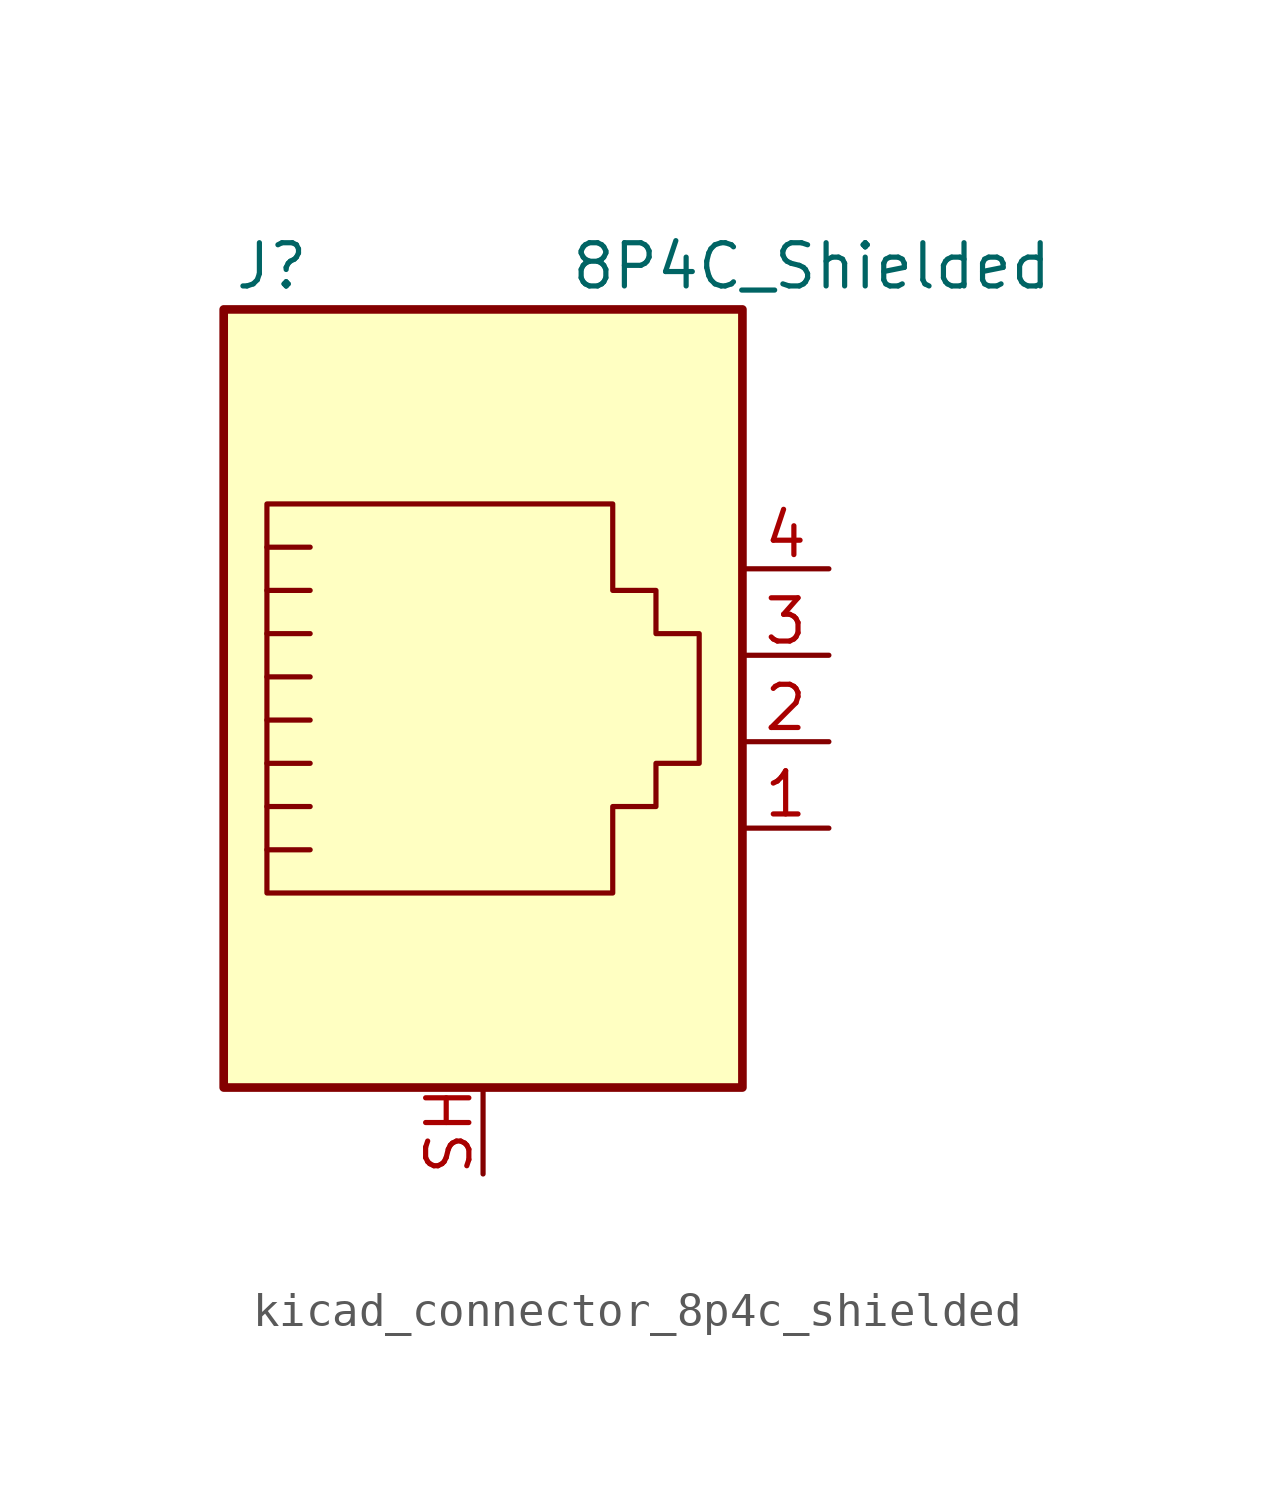
<source format=kicad_sym>
(kicad_symbol_lib
  (version 20220914)
  (generator kicad_symbol_editor)
  (symbol "kicad_connector_8p4c_shielded"
    (pin_names
      (offset 1.016))
    (property "Reference" "J"
      (at -5.08 13.97 0)
      (effects (font (size 1.27 1.27)) (justify right)))
    (property "Value" "8P4C_Shielded"
      (at 2.54 13.97 0)
      (effects (font (size 1.27 1.27)) (justify left)))
    (symbol "kicad_connector_8p4c_shielded_0_1"
      (polyline (pts (xy -5.08 4.445) (xy -6.35 4.445)) (stroke (width 0) (type default)) (fill (type none)))
      (polyline (pts (xy -5.08 5.715) (xy -6.35 5.715)) (stroke (width 0) (type default)) (fill (type none)))
      (polyline (pts (xy -6.35 -3.175) (xy -5.08 -3.175) (xy -5.08 -3.175)) (stroke (width 0) (type default)) (fill (type none)))
      (polyline (pts (xy -6.35 -1.905) (xy -5.08 -1.905) (xy -5.08 -1.905)) (stroke (width 0) (type default)) (fill (type none)))
      (polyline (pts (xy -6.35 -0.635) (xy -5.08 -0.635) (xy -5.08 -0.635)) (stroke (width 0) (type default)) (fill (type none)))
      (polyline (pts (xy -6.35 0.635) (xy -5.08 0.635) (xy -5.08 0.635)) (stroke (width 0) (type default)) (fill (type none)))
      (polyline (pts (xy -6.35 1.905) (xy -5.08 1.905) (xy -5.08 1.905)) (stroke (width 0) (type default)) (fill (type none)))
      (polyline (pts (xy -5.08 3.175) (xy -6.35 3.175) (xy -6.35 3.175)) (stroke (width 0) (type default)) (fill (type none)))
      (polyline (pts (xy -6.35 -4.445) (xy -6.35 6.985) (xy 3.81 6.985) (xy 3.81 4.445) (xy 5.08 4.445) (xy 5.08 3.175) (xy 6.35 3.175) (xy 6.35 -0.635) (xy 5.08 -0.635) (xy 5.08 -1.905) (xy 3.81 -1.905) (xy 3.81 -4.445) (xy -6.35 -4.445) (xy -6.35 -4.445)) (stroke (width 0) (type default)) (fill (type none)))
      (rectangle (start 7.62 12.7) (end -7.62 -10.16) (stroke (width 0.254) (type default)) (fill (type background))))
    (symbol "kicad_connector_8p4c_shielded_1_1"
      (pin passive line (at 10.16 -2.54 180) (length 2.54) (name "~" (effects (font (size 1.27 1.27)))) (number "1" (effects (font (size 1.27 1.27)))))
      (pin passive line (at 10.16 0 180) (length 2.54) (name "~" (effects (font (size 1.27 1.27)))) (number "2" (effects (font (size 1.27 1.27)))))
      (pin passive line (at 10.16 2.54 180) (length 2.54) (name "~" (effects (font (size 1.27 1.27)))) (number "3" (effects (font (size 1.27 1.27)))))
      (pin passive line (at 10.16 5.08 180) (length 2.54) (name "~" (effects (font (size 1.27 1.27)))) (number "4" (effects (font (size 1.27 1.27)))))
      (pin passive line (at 0 -12.7 90) (length 2.54) (name "~" (effects (font (size 1.27 1.27)))) (number "SH" (effects (font (size 1.27 1.27))))))))
</source>
